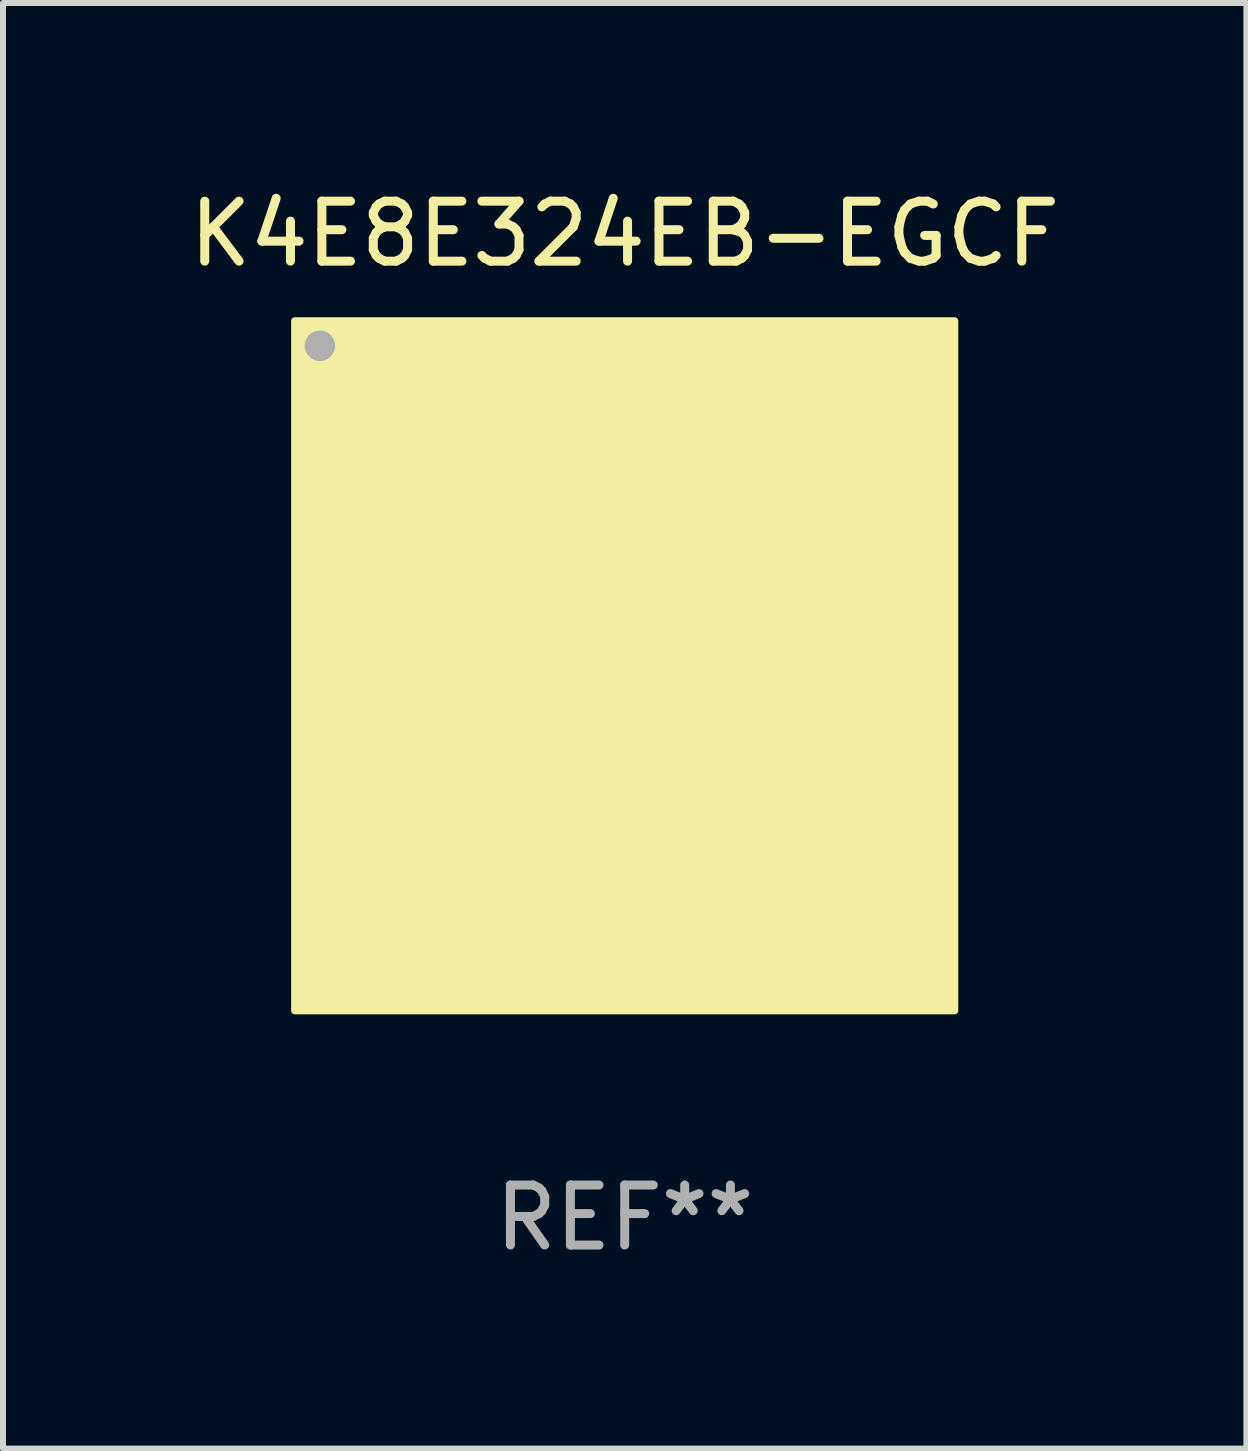
<source format=kicad_pcb>
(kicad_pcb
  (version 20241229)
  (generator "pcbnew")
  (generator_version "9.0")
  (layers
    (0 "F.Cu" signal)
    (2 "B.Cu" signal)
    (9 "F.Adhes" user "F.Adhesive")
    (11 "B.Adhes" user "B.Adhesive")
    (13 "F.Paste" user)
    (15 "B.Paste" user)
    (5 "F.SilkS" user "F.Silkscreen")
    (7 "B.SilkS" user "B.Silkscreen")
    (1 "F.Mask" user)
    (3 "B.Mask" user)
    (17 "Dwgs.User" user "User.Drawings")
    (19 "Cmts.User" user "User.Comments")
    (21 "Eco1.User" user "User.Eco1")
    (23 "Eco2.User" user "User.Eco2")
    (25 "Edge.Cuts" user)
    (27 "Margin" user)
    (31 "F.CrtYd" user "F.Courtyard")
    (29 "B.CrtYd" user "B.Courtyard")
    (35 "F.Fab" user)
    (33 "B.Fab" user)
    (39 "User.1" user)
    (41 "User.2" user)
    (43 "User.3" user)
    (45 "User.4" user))
  (footprint "K4E8E324EB-EGCF"
    (layer "F.Cu")
    (at 7.363 8.048)
    (property "Reference" "K4E8E324EB-EGCF" (at 0 -7.2 0) (layer "F.SilkS") (effects (font (size 1 1) (thickness 0.15))))
    (attr through_hole)
    (fp_circle (center -5.45 -5.7) (end -5.4 -5.7) (stroke (width 0.1) (type solid)) (fill no) (layer "F.SilkS"))
    (fp_poly (pts (xy -5.5 -5.75) (xy 5.5 -5.75) (xy 5.5 5.75) (xy -5.5 5.75)) (stroke (width 0.12) (type solid)) (fill yes) (layer "F.SilkS"))
    (fp_circle (center -5.08 -5.334) (end -4.953 -5.334) (stroke (width 0.254) (type solid)) (fill no) (layer "F.Fab"))
    (fp_text user "REF**" (at 0 9.2 0) (layer "F.Fab") (effects (font (size 1 1) (thickness 0.15))))
    (pad "A1" smd circle (at -4.8 -5.2) (size 0.4 0.4) (layers "F.Cu" "F.Mask" "F.Paste"))
    (pad "A2" smd circle (at -4 -5.2) (size 0.4 0.4) (layers "F.Cu" "F.Mask" "F.Paste"))
    (pad "A3" smd circle (at -3.2 -5.2) (size 0.4 0.4) (layers "F.Cu" "F.Mask" "F.Paste"))
    (pad "A4" smd circle (at -2.4 -5.2) (size 0.4 0.4) (layers "F.Cu" "F.Mask" "F.Paste"))
    (pad "A5" smd circle (at -1.6 -5.2) (size 0.4 0.4) (layers "F.Cu" "F.Mask" "F.Paste"))
    (pad "A6" smd circle (at -0.8 -5.2) (size 0.4 0.4) (layers "F.Cu" "F.Mask" "F.Paste"))
    (pad "A8" smd circle (at 0.8 -5.2) (size 0.4 0.4) (layers "F.Cu" "F.Mask" "F.Paste"))
    (pad "A9" smd circle (at 1.6 -5.2) (size 0.4 0.4) (layers "F.Cu" "F.Mask" "F.Paste"))
    (pad "A10" smd circle (at 2.4 -5.2) (size 0.4 0.4) (layers "F.Cu" "F.Mask" "F.Paste"))
    (pad "A11" smd circle (at 3.2 -5.2) (size 0.4 0.4) (layers "F.Cu" "F.Mask" "F.Paste"))
    (pad "A12" smd circle (at 4 -5.2) (size 0.4 0.4) (layers "F.Cu" "F.Mask" "F.Paste"))
    (pad "A13" smd circle (at 4.8 -5.2) (size 0.4 0.4) (layers "F.Cu" "F.Mask" "F.Paste"))
    (pad "B1" smd circle (at -4.8 -4.55) (size 0.4 0.4) (layers "F.Cu" "F.Mask" "F.Paste"))
    (pad "B2" smd circle (at -4 -4.55) (size 0.4 0.4) (layers "F.Cu" "F.Mask" "F.Paste"))
    (pad "B3" smd circle (at -3.2 -4.55) (size 0.4 0.4) (layers "F.Cu" "F.Mask" "F.Paste"))
    (pad "B4" smd circle (at -2.4 -4.55) (size 0.4 0.4) (layers "F.Cu" "F.Mask" "F.Paste"))
    (pad "B5" smd circle (at -1.6 -4.55) (size 0.4 0.4) (layers "F.Cu" "F.Mask" "F.Paste"))
    (pad "B6" smd circle (at -0.8 -4.55) (size 0.4 0.4) (layers "F.Cu" "F.Mask" "F.Paste"))
    (pad "B8" smd circle (at 0.8 -4.55) (size 0.4 0.4) (layers "F.Cu" "F.Mask" "F.Paste"))
    (pad "B9" smd circle (at 1.6 -4.55) (size 0.4 0.4) (layers "F.Cu" "F.Mask" "F.Paste"))
    (pad "B10" smd circle (at 2.4 -4.55) (size 0.4 0.4) (layers "F.Cu" "F.Mask" "F.Paste"))
    (pad "B11" smd circle (at 3.2 -4.55) (size 0.4 0.4) (layers "F.Cu" "F.Mask" "F.Paste"))
    (pad "B12" smd circle (at 4 -4.55) (size 0.4 0.4) (layers "F.Cu" "F.Mask" "F.Paste"))
    (pad "B13" smd circle (at 4.8 -4.55) (size 0.4 0.4) (layers "F.Cu" "F.Mask" "F.Paste"))
    (pad "C2" smd circle (at -4 -3.9) (size 0.4 0.4) (layers "F.Cu" "F.Mask" "F.Paste"))
    (pad "C3" smd circle (at -3.2 -3.9) (size 0.4 0.4) (layers "F.Cu" "F.Mask" "F.Paste"))
    (pad "C4" smd circle (at -2.4 -3.9) (size 0.4 0.4) (layers "F.Cu" "F.Mask" "F.Paste"))
    (pad "C5" smd circle (at -1.6 -3.9) (size 0.4 0.4) (layers "F.Cu" "F.Mask" "F.Paste"))
    (pad "C6" smd circle (at -0.8 -3.9) (size 0.4 0.4) (layers "F.Cu" "F.Mask" "F.Paste"))
    (pad "C8" smd circle (at 0.8 -3.9) (size 0.4 0.4) (layers "F.Cu" "F.Mask" "F.Paste"))
    (pad "C9" smd circle (at 1.6 -3.9) (size 0.4 0.4) (layers "F.Cu" "F.Mask" "F.Paste"))
    (pad "C10" smd circle (at 2.4 -3.9) (size 0.4 0.4) (layers "F.Cu" "F.Mask" "F.Paste"))
    (pad "C11" smd circle (at 3.2 -3.9) (size 0.4 0.4) (layers "F.Cu" "F.Mask" "F.Paste"))
    (pad "C12" smd circle (at 4 -3.9) (size 0.4 0.4) (layers "F.Cu" "F.Mask" "F.Paste"))
    (pad "D2" smd circle (at -4 -3.25) (size 0.4 0.4) (layers "F.Cu" "F.Mask" "F.Paste"))
    (pad "D3" smd circle (at -3.2 -3.25) (size 0.4 0.4) (layers "F.Cu" "F.Mask" "F.Paste"))
    (pad "D4" smd circle (at -2.4 -3.25) (size 0.4 0.4) (layers "F.Cu" "F.Mask" "F.Paste"))
    (pad "D5" smd circle (at -1.6 -3.25) (size 0.4 0.4) (layers "F.Cu" "F.Mask" "F.Paste"))
    (pad "D6" smd circle (at -0.8 -3.25) (size 0.4 0.4) (layers "F.Cu" "F.Mask" "F.Paste"))
    (pad "D8" smd circle (at 0.8 -3.25) (size 0.4 0.4) (layers "F.Cu" "F.Mask" "F.Paste"))
    (pad "D9" smd circle (at 1.6 -3.25) (size 0.4 0.4) (layers "F.Cu" "F.Mask" "F.Paste"))
    (pad "D10" smd circle (at 2.4 -3.25) (size 0.4 0.4) (layers "F.Cu" "F.Mask" "F.Paste"))
    (pad "D11" smd circle (at 3.2 -3.25) (size 0.4 0.4) (layers "F.Cu" "F.Mask" "F.Paste"))
    (pad "D12" smd circle (at 4 -3.25) (size 0.4 0.4) (layers "F.Cu" "F.Mask" "F.Paste"))
    (pad "E2" smd circle (at -4 -2.6) (size 0.4 0.4) (layers "F.Cu" "F.Mask" "F.Paste"))
    (pad "E3" smd circle (at -3.2 -2.6) (size 0.4 0.4) (layers "F.Cu" "F.Mask" "F.Paste"))
    (pad "E4" smd circle (at -2.4 -2.6) (size 0.4 0.4) (layers "F.Cu" "F.Mask" "F.Paste"))
    (pad "E5" smd circle (at -1.6 -2.6) (size 0.4 0.4) (layers "F.Cu" "F.Mask" "F.Paste"))
    (pad "E6" smd circle (at -0.8 -2.6) (size 0.4 0.4) (layers "F.Cu" "F.Mask" "F.Paste"))
    (pad "E8" smd circle (at 0.8 -2.6) (size 0.4 0.4) (layers "F.Cu" "F.Mask" "F.Paste"))
    (pad "E9" smd circle (at 1.6 -2.6) (size 0.4 0.4) (layers "F.Cu" "F.Mask" "F.Paste"))
    (pad "E10" smd circle (at 2.4 -2.6) (size 0.4 0.4) (layers "F.Cu" "F.Mask" "F.Paste"))
    (pad "E11" smd circle (at 3.2 -2.6) (size 0.4 0.4) (layers "F.Cu" "F.Mask" "F.Paste"))
    (pad "E12" smd circle (at 4 -2.6) (size 0.4 0.4) (layers "F.Cu" "F.Mask" "F.Paste"))
    (pad "F2" smd circle (at -4 -1.95) (size 0.4 0.4) (layers "F.Cu" "F.Mask" "F.Paste"))
    (pad "F3" smd circle (at -3.2 -1.95) (size 0.4 0.4) (layers "F.Cu" "F.Mask" "F.Paste"))
    (pad "F4" smd circle (at -2.4 -1.95) (size 0.4 0.4) (layers "F.Cu" "F.Mask" "F.Paste"))
    (pad "F5" smd circle (at -1.6 -1.95) (size 0.4 0.4) (layers "F.Cu" "F.Mask" "F.Paste"))
    (pad "F6" smd circle (at -0.8 -1.95) (size 0.4 0.4) (layers "F.Cu" "F.Mask" "F.Paste"))
    (pad "F8" smd circle (at 0.8 -1.95) (size 0.4 0.4) (layers "F.Cu" "F.Mask" "F.Paste"))
    (pad "F9" smd circle (at 1.6 -1.95) (size 0.4 0.4) (layers "F.Cu" "F.Mask" "F.Paste"))
    (pad "F10" smd circle (at 2.4 -1.95) (size 0.4 0.4) (layers "F.Cu" "F.Mask" "F.Paste"))
    (pad "F11" smd circle (at 3.2 -1.95) (size 0.4 0.4) (layers "F.Cu" "F.Mask" "F.Paste"))
    (pad "F12" smd circle (at 4 -1.95) (size 0.4 0.4) (layers "F.Cu" "F.Mask" "F.Paste"))
    (pad "G2" smd circle (at -4 -1.3) (size 0.4 0.4) (layers "F.Cu" "F.Mask" "F.Paste"))
    (pad "G3" smd circle (at -3.2 -1.3) (size 0.4 0.4) (layers "F.Cu" "F.Mask" "F.Paste"))
    (pad "G4" smd circle (at -2.4 -1.3) (size 0.4 0.4) (layers "F.Cu" "F.Mask" "F.Paste"))
    (pad "G5" smd circle (at -1.6 -1.3) (size 0.4 0.4) (layers "F.Cu" "F.Mask" "F.Paste"))
    (pad "G6" smd circle (at -0.8 -1.3) (size 0.4 0.4) (layers "F.Cu" "F.Mask" "F.Paste"))
    (pad "G8" smd circle (at 0.8 -1.3) (size 0.4 0.4) (layers "F.Cu" "F.Mask" "F.Paste"))
    (pad "G9" smd circle (at 1.6 -1.3) (size 0.4 0.4) (layers "F.Cu" "F.Mask" "F.Paste"))
    (pad "G10" smd circle (at 2.4 -1.3) (size 0.4 0.4) (layers "F.Cu" "F.Mask" "F.Paste"))
    (pad "G11" smd circle (at 3.2 -1.3) (size 0.4 0.4) (layers "F.Cu" "F.Mask" "F.Paste"))
    (pad "G12" smd circle (at 4 -1.3) (size 0.4 0.4) (layers "F.Cu" "F.Mask" "F.Paste"))
    (pad "H2" smd circle (at -4 -0.65) (size 0.4 0.4) (layers "F.Cu" "F.Mask" "F.Paste"))
    (pad "H3" smd circle (at -3.2 -0.65) (size 0.4 0.4) (layers "F.Cu" "F.Mask" "F.Paste"))
    (pad "H4" smd circle (at -2.4 -0.65) (size 0.4 0.4) (layers "F.Cu" "F.Mask" "F.Paste"))
    (pad "H5" smd circle (at -1.6 -0.65) (size 0.4 0.4) (layers "F.Cu" "F.Mask" "F.Paste"))
    (pad "H6" smd circle (at -0.8 -0.65) (size 0.4 0.4) (layers "F.Cu" "F.Mask" "F.Paste"))
    (pad "H8" smd circle (at 0.8 -0.65) (size 0.4 0.4) (layers "F.Cu" "F.Mask" "F.Paste"))
    (pad "H9" smd circle (at 1.6 -0.65) (size 0.4 0.4) (layers "F.Cu" "F.Mask" "F.Paste"))
    (pad "H10" smd circle (at 2.4 -0.65) (size 0.4 0.4) (layers "F.Cu" "F.Mask" "F.Paste"))
    (pad "H11" smd circle (at 3.2 -0.65) (size 0.4 0.4) (layers "F.Cu" "F.Mask" "F.Paste"))
    (pad "H12" smd circle (at 4 -0.65) (size 0.4 0.4) (layers "F.Cu" "F.Mask" "F.Paste"))
    (pad "J2" smd circle (at -4 0) (size 0.4 0.4) (layers "F.Cu" "F.Mask" "F.Paste"))
    (pad "J3" smd circle (at -3.2 0) (size 0.4 0.4) (layers "F.Cu" "F.Mask" "F.Paste"))
    (pad "J4" smd circle (at -2.4 0) (size 0.4 0.4) (layers "F.Cu" "F.Mask" "F.Paste"))
    (pad "J5" smd circle (at -1.6 0) (size 0.4 0.4) (layers "F.Cu" "F.Mask" "F.Paste"))
    (pad "J6" smd circle (at -0.8 0) (size 0.4 0.4) (layers "F.Cu" "F.Mask" "F.Paste"))
    (pad "J8" smd circle (at 0.8 0) (size 0.4 0.4) (layers "F.Cu" "F.Mask" "F.Paste"))
    (pad "J9" smd circle (at 1.6 0) (size 0.4 0.4) (layers "F.Cu" "F.Mask" "F.Paste"))
    (pad "J10" smd circle (at 2.4 0) (size 0.4 0.4) (layers "F.Cu" "F.Mask" "F.Paste"))
    (pad "J11" smd circle (at 3.2 0) (size 0.4 0.4) (layers "F.Cu" "F.Mask" "F.Paste"))
    (pad "J12" smd circle (at 4 0) (size 0.4 0.4) (layers "F.Cu" "F.Mask" "F.Paste"))
    (pad "K2" smd circle (at -4 0.65) (size 0.4 0.4) (layers "F.Cu" "F.Mask" "F.Paste"))
    (pad "K3" smd circle (at -3.2 0.65) (size 0.4 0.4) (layers "F.Cu" "F.Mask" "F.Paste"))
    (pad "K4" smd circle (at -2.4 0.65) (size 0.4 0.4) (layers "F.Cu" "F.Mask" "F.Paste"))
    (pad "K5" smd circle (at -1.6 0.65) (size 0.4 0.4) (layers "F.Cu" "F.Mask" "F.Paste"))
    (pad "K6" smd circle (at -0.8 0.65) (size 0.4 0.4) (layers "F.Cu" "F.Mask" "F.Paste"))
    (pad "K8" smd circle (at 0.8 0.65) (size 0.4 0.4) (layers "F.Cu" "F.Mask" "F.Paste"))
    (pad "K9" smd circle (at 1.6 0.65) (size 0.4 0.4) (layers "F.Cu" "F.Mask" "F.Paste"))
    (pad "K10" smd circle (at 2.4 0.65) (size 0.4 0.4) (layers "F.Cu" "F.Mask" "F.Paste"))
    (pad "K11" smd circle (at 3.2 0.65) (size 0.4 0.4) (layers "F.Cu" "F.Mask" "F.Paste"))
    (pad "K12" smd circle (at 4 0.65) (size 0.4 0.4) (layers "F.Cu" "F.Mask" "F.Paste"))
    (pad "L2" smd circle (at -4 1.3) (size 0.4 0.4) (layers "F.Cu" "F.Mask" "F.Paste"))
    (pad "L3" smd circle (at -3.2 1.3) (size 0.4 0.4) (layers "F.Cu" "F.Mask" "F.Paste"))
    (pad "L4" smd circle (at -2.4 1.3) (size 0.4 0.4) (layers "F.Cu" "F.Mask" "F.Paste"))
    (pad "L5" smd circle (at -1.6 1.3) (size 0.4 0.4) (layers "F.Cu" "F.Mask" "F.Paste"))
    (pad "L6" smd circle (at -0.8 1.3) (size 0.4 0.4) (layers "F.Cu" "F.Mask" "F.Paste"))
    (pad "L8" smd circle (at 0.8 1.3) (size 0.4 0.4) (layers "F.Cu" "F.Mask" "F.Paste"))
    (pad "L9" smd circle (at 1.6 1.3) (size 0.4 0.4) (layers "F.Cu" "F.Mask" "F.Paste"))
    (pad "L10" smd circle (at 2.4 1.3) (size 0.4 0.4) (layers "F.Cu" "F.Mask" "F.Paste"))
    (pad "L11" smd circle (at 3.2 1.3) (size 0.4 0.4) (layers "F.Cu" "F.Mask" "F.Paste"))
    (pad "L12" smd circle (at 4 1.3) (size 0.4 0.4) (layers "F.Cu" "F.Mask" "F.Paste"))
    (pad "M2" smd circle (at -4 1.95) (size 0.4 0.4) (layers "F.Cu" "F.Mask" "F.Paste"))
    (pad "M3" smd circle (at -3.2 1.95) (size 0.4 0.4) (layers "F.Cu" "F.Mask" "F.Paste"))
    (pad "M4" smd circle (at -2.4 1.95) (size 0.4 0.4) (layers "F.Cu" "F.Mask" "F.Paste"))
    (pad "M5" smd circle (at -1.6 1.95) (size 0.4 0.4) (layers "F.Cu" "F.Mask" "F.Paste"))
    (pad "M6" smd circle (at -0.8 1.95) (size 0.4 0.4) (layers "F.Cu" "F.Mask" "F.Paste"))
    (pad "M8" smd circle (at 0.8 1.95) (size 0.4 0.4) (layers "F.Cu" "F.Mask" "F.Paste"))
    (pad "M9" smd circle (at 1.6 1.95) (size 0.4 0.4) (layers "F.Cu" "F.Mask" "F.Paste"))
    (pad "M10" smd circle (at 2.4 1.95) (size 0.4 0.4) (layers "F.Cu" "F.Mask" "F.Paste"))
    (pad "M11" smd circle (at 3.2 1.95) (size 0.4 0.4) (layers "F.Cu" "F.Mask" "F.Paste"))
    (pad "M12" smd circle (at 4 1.95) (size 0.4 0.4) (layers "F.Cu" "F.Mask" "F.Paste"))
    (pad "N2" smd circle (at -4 2.6) (size 0.4 0.4) (layers "F.Cu" "F.Mask" "F.Paste"))
    (pad "N3" smd circle (at -3.2 2.6) (size 0.4 0.4) (layers "F.Cu" "F.Mask" "F.Paste"))
    (pad "N4" smd circle (at -2.4 2.6) (size 0.4 0.4) (layers "F.Cu" "F.Mask" "F.Paste"))
    (pad "N5" smd circle (at -1.6 2.6) (size 0.4 0.4) (layers "F.Cu" "F.Mask" "F.Paste"))
    (pad "N6" smd circle (at -0.8 2.6) (size 0.4 0.4) (layers "F.Cu" "F.Mask" "F.Paste"))
    (pad "N8" smd circle (at 0.8 2.6) (size 0.4 0.4) (layers "F.Cu" "F.Mask" "F.Paste"))
    (pad "N9" smd circle (at 1.6 2.6) (size 0.4 0.4) (layers "F.Cu" "F.Mask" "F.Paste"))
    (pad "N10" smd circle (at 2.4 2.6) (size 0.4 0.4) (layers "F.Cu" "F.Mask" "F.Paste"))
    (pad "N11" smd circle (at 3.2 2.6) (size 0.4 0.4) (layers "F.Cu" "F.Mask" "F.Paste"))
    (pad "N12" smd circle (at 4 2.6) (size 0.4 0.4) (layers "F.Cu" "F.Mask" "F.Paste"))
    (pad "P2" smd circle (at -4 3.25) (size 0.4 0.4) (layers "F.Cu" "F.Mask" "F.Paste"))
    (pad "P3" smd circle (at -3.2 3.25) (size 0.4 0.4) (layers "F.Cu" "F.Mask" "F.Paste"))
    (pad "P4" smd circle (at -2.4 3.25) (size 0.4 0.4) (layers "F.Cu" "F.Mask" "F.Paste"))
    (pad "P5" smd circle (at -1.6 3.25) (size 0.4 0.4) (layers "F.Cu" "F.Mask" "F.Paste"))
    (pad "P6" smd circle (at -0.8 3.25) (size 0.4 0.4) (layers "F.Cu" "F.Mask" "F.Paste"))
    (pad "P8" smd circle (at 0.8 3.25) (size 0.4 0.4) (layers "F.Cu" "F.Mask" "F.Paste"))
    (pad "P9" smd circle (at 1.6 3.25) (size 0.4 0.4) (layers "F.Cu" "F.Mask" "F.Paste"))
    (pad "P10" smd circle (at 2.4 3.25) (size 0.4 0.4) (layers "F.Cu" "F.Mask" "F.Paste"))
    (pad "P11" smd circle (at 3.2 3.25) (size 0.4 0.4) (layers "F.Cu" "F.Mask" "F.Paste"))
    (pad "P12" smd circle (at 4 3.25) (size 0.4 0.4) (layers "F.Cu" "F.Mask" "F.Paste"))
    (pad "R2" smd circle (at -4 3.9) (size 0.4 0.4) (layers "F.Cu" "F.Mask" "F.Paste"))
    (pad "R3" smd circle (at -3.2 3.9) (size 0.4 0.4) (layers "F.Cu" "F.Mask" "F.Paste"))
    (pad "R4" smd circle (at -2.4 3.9) (size 0.4 0.4) (layers "F.Cu" "F.Mask" "F.Paste"))
    (pad "R5" smd circle (at -1.6 3.9) (size 0.4 0.4) (layers "F.Cu" "F.Mask" "F.Paste"))
    (pad "R6" smd circle (at -0.8 3.9) (size 0.4 0.4) (layers "F.Cu" "F.Mask" "F.Paste"))
    (pad "R8" smd circle (at 0.8 3.9) (size 0.4 0.4) (layers "F.Cu" "F.Mask" "F.Paste"))
    (pad "R9" smd circle (at 1.6 3.9) (size 0.4 0.4) (layers "F.Cu" "F.Mask" "F.Paste"))
    (pad "R10" smd circle (at 2.4 3.9) (size 0.4 0.4) (layers "F.Cu" "F.Mask" "F.Paste"))
    (pad "R11" smd circle (at 3.2 3.9) (size 0.4 0.4) (layers "F.Cu" "F.Mask" "F.Paste"))
    (pad "R12" smd circle (at 4 3.9) (size 0.4 0.4) (layers "F.Cu" "F.Mask" "F.Paste"))
    (pad "T1" smd circle (at -4.8 4.55) (size 0.4 0.4) (layers "F.Cu" "F.Mask" "F.Paste"))
    (pad "T2" smd circle (at -4 4.55) (size 0.4 0.4) (layers "F.Cu" "F.Mask" "F.Paste"))
    (pad "T3" smd circle (at -3.2 4.55) (size 0.4 0.4) (layers "F.Cu" "F.Mask" "F.Paste"))
    (pad "T4" smd circle (at -2.4 4.55) (size 0.4 0.4) (layers "F.Cu" "F.Mask" "F.Paste"))
    (pad "T5" smd circle (at -1.6 4.55) (size 0.4 0.4) (layers "F.Cu" "F.Mask" "F.Paste"))
    (pad "T6" smd circle (at -0.8 4.55) (size 0.4 0.4) (layers "F.Cu" "F.Mask" "F.Paste"))
    (pad "T8" smd circle (at 0.8 4.55) (size 0.4 0.4) (layers "F.Cu" "F.Mask" "F.Paste"))
    (pad "T9" smd circle (at 1.6 4.55) (size 0.4 0.4) (layers "F.Cu" "F.Mask" "F.Paste"))
    (pad "T10" smd circle (at 2.4 4.55) (size 0.4 0.4) (layers "F.Cu" "F.Mask" "F.Paste"))
    (pad "T11" smd circle (at 3.2 4.55) (size 0.4 0.4) (layers "F.Cu" "F.Mask" "F.Paste"))
    (pad "T12" smd circle (at 4 4.55) (size 0.4 0.4) (layers "F.Cu" "F.Mask" "F.Paste"))
    (pad "T13" smd circle (at 4.8 4.55) (size 0.4 0.4) (layers "F.Cu" "F.Mask" "F.Paste"))
    (pad "U1" smd circle (at -4.8 5.2) (size 0.4 0.4) (layers "F.Cu" "F.Mask" "F.Paste"))
    (pad "U2" smd circle (at -4 5.2) (size 0.4 0.4) (layers "F.Cu" "F.Mask" "F.Paste"))
    (pad "U3" smd circle (at -3.2 5.2) (size 0.4 0.4) (layers "F.Cu" "F.Mask" "F.Paste"))
    (pad "U4" smd circle (at -2.4 5.2) (size 0.4 0.4) (layers "F.Cu" "F.Mask" "F.Paste"))
    (pad "U5" smd circle (at -1.6 5.2) (size 0.4 0.4) (layers "F.Cu" "F.Mask" "F.Paste"))
    (pad "U6" smd circle (at -0.8 5.2) (size 0.4 0.4) (layers "F.Cu" "F.Mask" "F.Paste"))
    (pad "U8" smd circle (at 0.8 5.2) (size 0.4 0.4) (layers "F.Cu" "F.Mask" "F.Paste"))
    (pad "U9" smd circle (at 1.6 5.2) (size 0.4 0.4) (layers "F.Cu" "F.Mask" "F.Paste"))
    (pad "U10" smd circle (at 2.4 5.2) (size 0.4 0.4) (layers "F.Cu" "F.Mask" "F.Paste"))
    (pad "U11" smd circle (at 3.2 5.2) (size 0.4 0.4) (layers "F.Cu" "F.Mask" "F.Paste"))
    (pad "U12" smd circle (at 4 5.2) (size 0.4 0.4) (layers "F.Cu" "F.Mask" "F.Paste"))
    (pad "U13" smd circle (at 4.8 5.2) (size 0.4 0.4) (layers "F.Cu" "F.Mask" "F.Paste")))
  (gr_rect
    (start -3 -3)
    (end 17.726 21.096)
    (stroke (width 0.1) (type default))
    (fill no)
    (layer "Edge.Cuts")))
</source>
